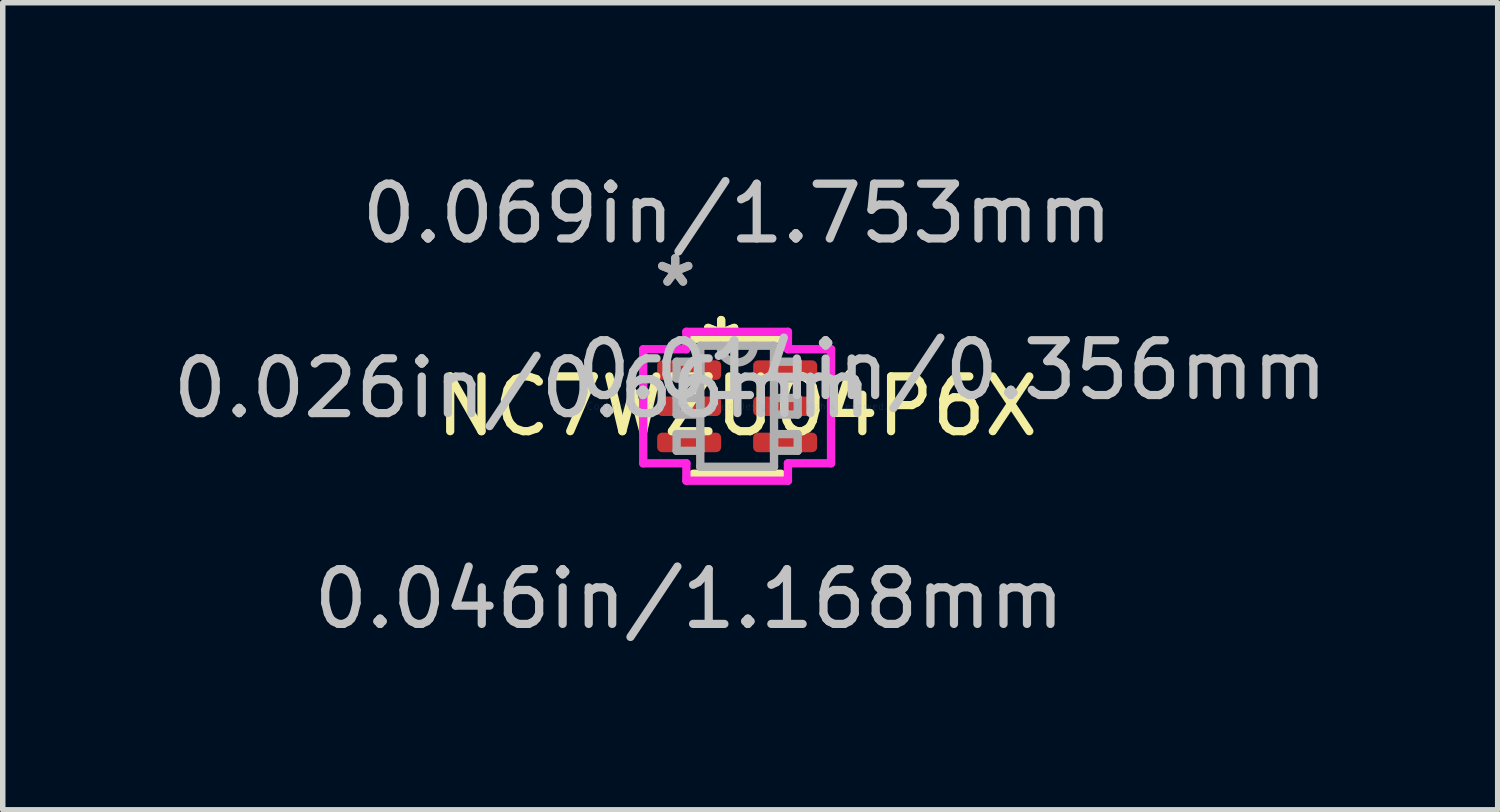
<source format=kicad_pcb>
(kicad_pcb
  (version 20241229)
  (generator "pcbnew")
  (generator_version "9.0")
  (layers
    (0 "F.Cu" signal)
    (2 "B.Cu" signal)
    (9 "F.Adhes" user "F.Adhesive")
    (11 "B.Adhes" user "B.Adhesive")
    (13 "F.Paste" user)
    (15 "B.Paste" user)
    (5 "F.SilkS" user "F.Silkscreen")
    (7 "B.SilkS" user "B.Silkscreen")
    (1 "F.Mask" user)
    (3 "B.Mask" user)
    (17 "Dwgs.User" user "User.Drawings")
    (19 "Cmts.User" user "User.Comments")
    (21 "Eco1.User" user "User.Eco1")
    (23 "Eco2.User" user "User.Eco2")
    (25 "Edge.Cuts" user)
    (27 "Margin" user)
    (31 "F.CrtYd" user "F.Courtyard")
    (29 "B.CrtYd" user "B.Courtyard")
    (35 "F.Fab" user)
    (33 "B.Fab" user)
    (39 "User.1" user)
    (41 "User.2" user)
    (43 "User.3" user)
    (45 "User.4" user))
  (footprint "NC7WZU04P6X"
    (layer "F.Cu")
    (at 10.406 4.366)
    (property "Reference" "NC7WZU04P6X" (at 0 0 0) (layer "F.SilkS") (effects (font (size 1 1) (thickness 0.15))))
    (attr through_hole)
    (fp_line (start -0.8 1.232) (end 0.8 1.232) (stroke (width 0.152) (type solid)) (layer "F.SilkS"))
    (fp_line (start 0.8 -1.232) (end -0.8 -1.232) (stroke (width 0.152) (type solid)) (layer "F.SilkS"))
    (fp_line (start -1.714 -1.041) (end -0.927 -1.041) (stroke (width 0.152) (type solid)) (layer "F.CrtYd"))
    (fp_line (start -1.714 1.041) (end -1.714 -1.041) (stroke (width 0.152) (type solid)) (layer "F.CrtYd"))
    (fp_line (start -0.927 -1.359) (end 0.927 -1.359) (stroke (width 0.152) (type solid)) (layer "F.CrtYd"))
    (fp_line (start -0.927 -1.041) (end -0.927 -1.359) (stroke (width 0.152) (type solid)) (layer "F.CrtYd"))
    (fp_line (start -0.927 1.041) (end -1.714 1.041) (stroke (width 0.152) (type solid)) (layer "F.CrtYd"))
    (fp_line (start -0.927 1.359) (end -0.927 1.041) (stroke (width 0.152) (type solid)) (layer "F.CrtYd"))
    (fp_line (start 0.927 -1.359) (end 0.927 -1.041) (stroke (width 0.152) (type solid)) (layer "F.CrtYd"))
    (fp_line (start 0.927 -1.041) (end 1.714 -1.041) (stroke (width 0.152) (type solid)) (layer "F.CrtYd"))
    (fp_line (start 0.927 1.041) (end 0.927 1.359) (stroke (width 0.152) (type solid)) (layer "F.CrtYd"))
    (fp_line (start 0.927 1.359) (end -0.927 1.359) (stroke (width 0.152) (type solid)) (layer "F.CrtYd"))
    (fp_line (start 1.714 -1.041) (end 1.714 1.041) (stroke (width 0.152) (type solid)) (layer "F.CrtYd"))
    (fp_line (start 1.714 1.041) (end 0.927 1.041) (stroke (width 0.152) (type solid)) (layer "F.CrtYd"))
    (fp_line (start -1.105 -0.813) (end -1.105 -0.508) (stroke (width 0.152) (type solid)) (layer "F.Fab"))
    (fp_line (start -1.105 -0.508) (end -0.673 -0.508) (stroke (width 0.152) (type solid)) (layer "F.Fab"))
    (fp_line (start -1.105 -0.152) (end -1.105 0.152) (stroke (width 0.152) (type solid)) (layer "F.Fab"))
    (fp_line (start -1.105 0.152) (end -0.673 0.152) (stroke (width 0.152) (type solid)) (layer "F.Fab"))
    (fp_line (start -1.105 0.508) (end -1.105 0.813) (stroke (width 0.152) (type solid)) (layer "F.Fab"))
    (fp_line (start -1.105 0.813) (end -0.673 0.813) (stroke (width 0.152) (type solid)) (layer "F.Fab"))
    (fp_line (start -0.673 -1.105) (end -0.673 1.105) (stroke (width 0.152) (type solid)) (layer "F.Fab"))
    (fp_line (start -0.673 -0.813) (end -1.105 -0.813) (stroke (width 0.152) (type solid)) (layer "F.Fab"))
    (fp_line (start -0.673 -0.508) (end -0.673 -0.813) (stroke (width 0.152) (type solid)) (layer "F.Fab"))
    (fp_line (start -0.673 -0.152) (end -1.105 -0.152) (stroke (width 0.152) (type solid)) (layer "F.Fab"))
    (fp_line (start -0.673 0.152) (end -0.673 -0.152) (stroke (width 0.152) (type solid)) (layer "F.Fab"))
    (fp_line (start -0.673 0.508) (end -1.105 0.508) (stroke (width 0.152) (type solid)) (layer "F.Fab"))
    (fp_line (start -0.673 0.813) (end -0.673 0.508) (stroke (width 0.152) (type solid)) (layer "F.Fab"))
    (fp_line (start -0.673 1.105) (end 0.673 1.105) (stroke (width 0.152) (type solid)) (layer "F.Fab"))
    (fp_line (start 0.673 -1.105) (end -0.673 -1.105) (stroke (width 0.152) (type solid)) (layer "F.Fab"))
    (fp_line (start 0.673 -0.813) (end 0.673 -0.508) (stroke (width 0.152) (type solid)) (layer "F.Fab"))
    (fp_line (start 0.673 -0.508) (end 1.105 -0.508) (stroke (width 0.152) (type solid)) (layer "F.Fab"))
    (fp_line (start 0.673 -0.152) (end 0.673 0.152) (stroke (width 0.152) (type solid)) (layer "F.Fab"))
    (fp_line (start 0.673 0.152) (end 1.105 0.152) (stroke (width 0.152) (type solid)) (layer "F.Fab"))
    (fp_line (start 0.673 0.508) (end 0.673 0.813) (stroke (width 0.152) (type solid)) (layer "F.Fab"))
    (fp_line (start 0.673 0.813) (end 1.105 0.813) (stroke (width 0.152) (type solid)) (layer "F.Fab"))
    (fp_line (start 0.673 1.105) (end 0.673 -1.105) (stroke (width 0.152) (type solid)) (layer "F.Fab"))
    (fp_line (start 1.105 -0.813) (end 0.673 -0.813) (stroke (width 0.152) (type solid)) (layer "F.Fab"))
    (fp_line (start 1.105 -0.508) (end 1.105 -0.813) (stroke (width 0.152) (type solid)) (layer "F.Fab"))
    (fp_line (start 1.105 -0.152) (end 0.673 -0.152) (stroke (width 0.152) (type solid)) (layer "F.Fab"))
    (fp_line (start 1.105 0.152) (end 1.105 -0.152) (stroke (width 0.152) (type solid)) (layer "F.Fab"))
    (fp_line (start 1.105 0.508) (end 0.673 0.508) (stroke (width 0.152) (type solid)) (layer "F.Fab"))
    (fp_line (start 1.105 0.813) (end 1.105 0.508) (stroke (width 0.152) (type solid)) (layer "F.Fab"))
    (fp_arc (start 0.3048 -1.1049) (mid 0 -0.8001) (end -0.3048 -1.1049) (stroke (width 0.1524) (type solid)) (layer "F.Fab"))
    (fp_text user "*" (at -0.292 -1.029 0) (layer "F.SilkS") (effects (font (size 1 1) (thickness 0.15))))
    (fp_text user "*" (at -0.292 -1.029 0) (layer "F.SilkS") (effects (font (size 1 1) (thickness 0.15))))
    (fp_text user "0.069in/1.753mm" (at 0 -3.518 0) (layer "Dwgs.User") (effects (font (size 1 1) (thickness 0.15))))
    (fp_text user "0.014in/0.356mm" (at 3.924 -0.66 0) (layer "Dwgs.User") (effects (font (size 1 1) (thickness 0.15))))
    (fp_text user "0.026in/0.66mm" (at -3.924 -0.33 0) (layer "Dwgs.User") (effects (font (size 1 1) (thickness 0.15))))
    (fp_text user "0.046in/1.168mm" (at -0.876 3.518 0) (layer "Dwgs.User") (effects (font (size 1 1) (thickness 0.15))))
    (fp_text user "Copyright 2016 Accelerated Designs. All rights reserved." (at 0 0 0) (layer "Cmts.User") (effects (font (size 0.127 0.127) (thickness 0.002))))
    (fp_text user "*" (at -1.13 -2.159 0) (layer "F.Fab") (effects (font (size 1 1) (thickness 0.15))))
    (fp_text user "*" (at -1.13 -2.159 0) (layer "F.Fab") (effects (font (size 1 1) (thickness 0.15))))
    (pad "1" smd roundrect (at -0.876 -0.66) (size 1.168 0.356) (layers "F.Cu" "F.Mask" "F.Paste") (roundrect_rratio 0.25))
    (pad "2" smd roundrect (at -0.876 0) (size 1.168 0.356) (layers "F.Cu" "F.Mask" "F.Paste") (roundrect_rratio 0.25))
    (pad "3" smd roundrect (at -0.876 0.66) (size 1.168 0.356) (layers "F.Cu" "F.Mask" "F.Paste") (roundrect_rratio 0.25))
    (pad "4" smd roundrect (at 0.876 0.66) (size 1.168 0.356) (layers "F.Cu" "F.Mask" "F.Paste") (roundrect_rratio 0.25))
    (pad "5" smd roundrect (at 0.876 0) (size 1.168 0.356) (layers "F.Cu" "F.Mask" "F.Paste") (roundrect_rratio 0.25))
    (pad "6" smd roundrect (at 0.876 -0.66) (size 1.168 0.356) (layers "F.Cu" "F.Mask" "F.Paste") (roundrect_rratio 0.25)))
  (gr_rect
    (start -3 -3)
    (end 24.289 11.732)
    (stroke (width 0.1) (type default))
    (fill no)
    (layer "Edge.Cuts")))
</source>
